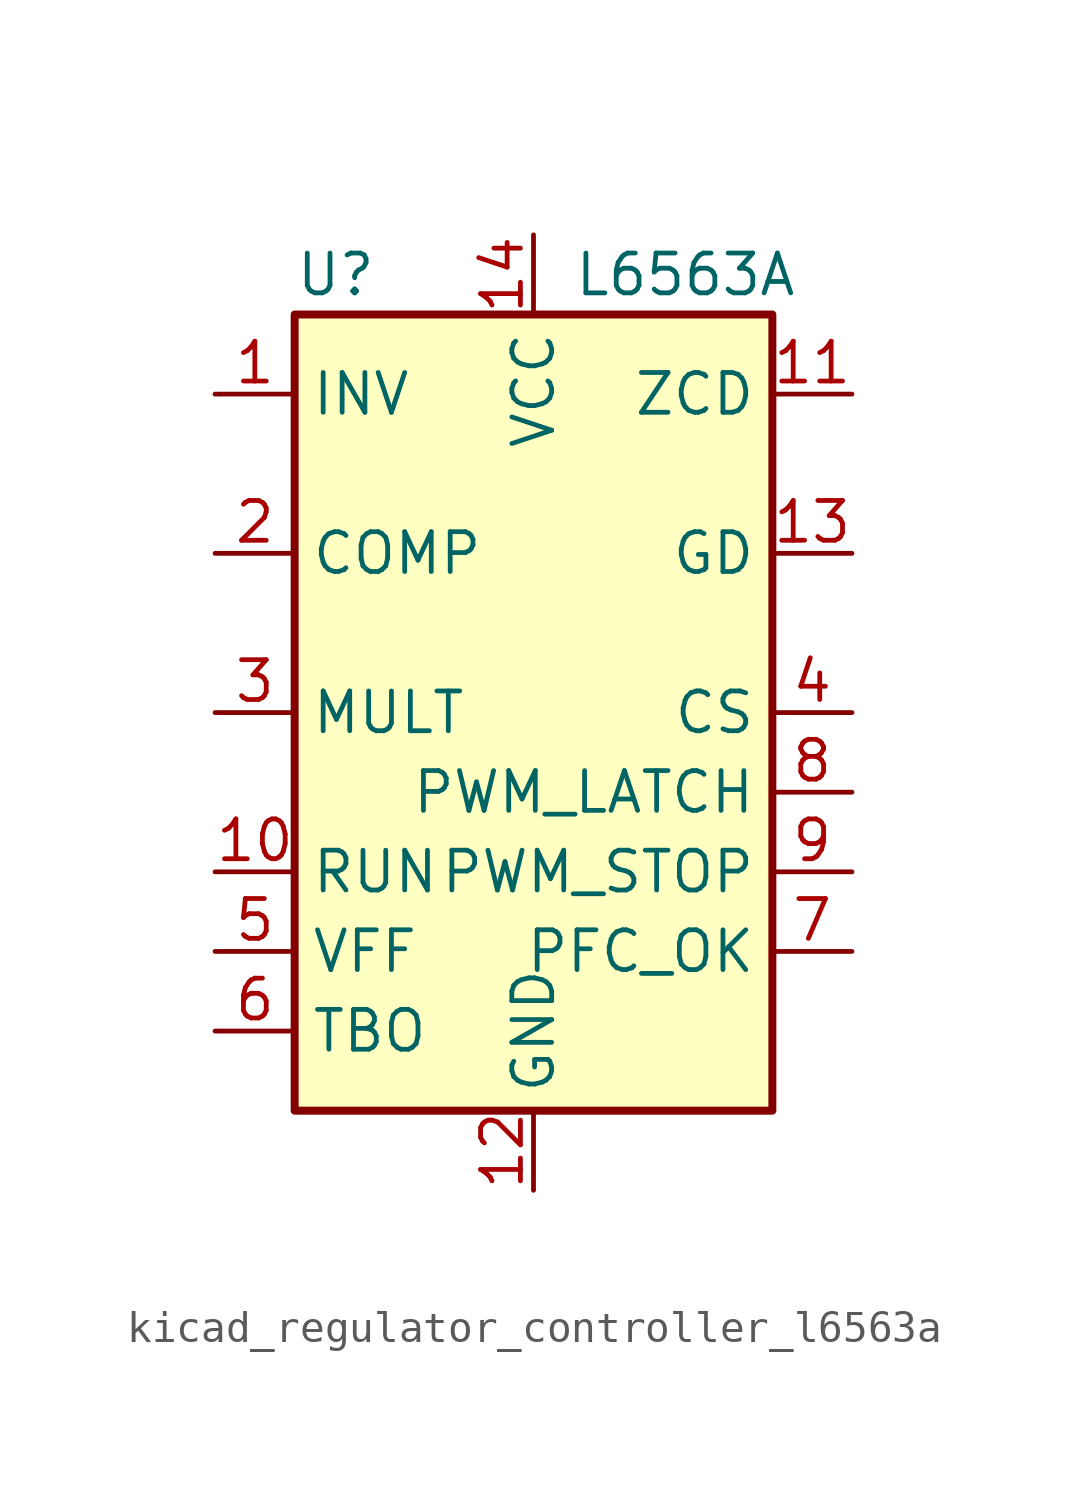
<source format=kicad_sym>
(kicad_symbol_lib
  (version 20220914)
  (generator kicad_symbol_editor)
  (symbol "kicad_regulator_controller_l6563a"
    (property "Reference" "U"
      (at -7.62 13.97 0)
      (effects (font (size 1.27 1.27)) (justify left)))
    (property "Value" "L6563A"
      (at 1.27 13.97 0)
      (effects (font (size 1.27 1.27)) (justify left)))
    (symbol "kicad_regulator_controller_l6563a_0_0"
      (rectangle (start -7.62 12.7) (end 7.62 -12.7) (stroke (width 0.254) (type default)) (fill (type background))))
    (symbol "kicad_regulator_controller_l6563a_1_1"
      (pin input line (at -10.16 10.16 0) (length 2.54) (name "INV" (effects (font (size 1.27 1.27)))) (number "1" (effects (font (size 1.27 1.27)))))
      (pin input line (at -10.16 -5.08 0) (length 2.54) (name "RUN" (effects (font (size 1.27 1.27)))) (number "10" (effects (font (size 1.27 1.27)))))
      (pin input line (at 10.16 10.16 180) (length 2.54) (name "ZCD" (effects (font (size 1.27 1.27)))) (number "11" (effects (font (size 1.27 1.27)))))
      (pin power_in line (at 0 -15.24 90) (length 2.54) (name "GND" (effects (font (size 1.27 1.27)))) (number "12" (effects (font (size 1.27 1.27)))))
      (pin output line (at 10.16 5.08 180) (length 2.54) (name "GD" (effects (font (size 1.27 1.27)))) (number "13" (effects (font (size 1.27 1.27)))))
      (pin power_in line (at 0 15.24 270) (length 2.54) (name "VCC" (effects (font (size 1.27 1.27)))) (number "14" (effects (font (size 1.27 1.27)))))
      (pin output line (at -10.16 5.08 0) (length 2.54) (name "COMP" (effects (font (size 1.27 1.27)))) (number "2" (effects (font (size 1.27 1.27)))))
      (pin input line (at -10.16 0 0) (length 2.54) (name "MULT" (effects (font (size 1.27 1.27)))) (number "3" (effects (font (size 1.27 1.27)))))
      (pin input line (at 10.16 0 180) (length 2.54) (name "CS" (effects (font (size 1.27 1.27)))) (number "4" (effects (font (size 1.27 1.27)))))
      (pin passive line (at -10.16 -7.62 0) (length 2.54) (name "VFF" (effects (font (size 1.27 1.27)))) (number "5" (effects (font (size 1.27 1.27)))))
      (pin passive line (at -10.16 -10.16 0) (length 2.54) (name "TBO" (effects (font (size 1.27 1.27)))) (number "6" (effects (font (size 1.27 1.27)))))
      (pin input line (at 10.16 -7.62 180) (length 2.54) (name "PFC_OK" (effects (font (size 1.27 1.27)))) (number "7" (effects (font (size 1.27 1.27)))))
      (pin output line (at 10.16 -2.54 180) (length 2.54) (name "PWM_LATCH" (effects (font (size 1.27 1.27)))) (number "8" (effects (font (size 1.27 1.27)))))
      (pin output line (at 10.16 -5.08 180) (length 2.54) (name "PWM_STOP" (effects (font (size 1.27 1.27)))) (number "9" (effects (font (size 1.27 1.27))))))))
</source>
